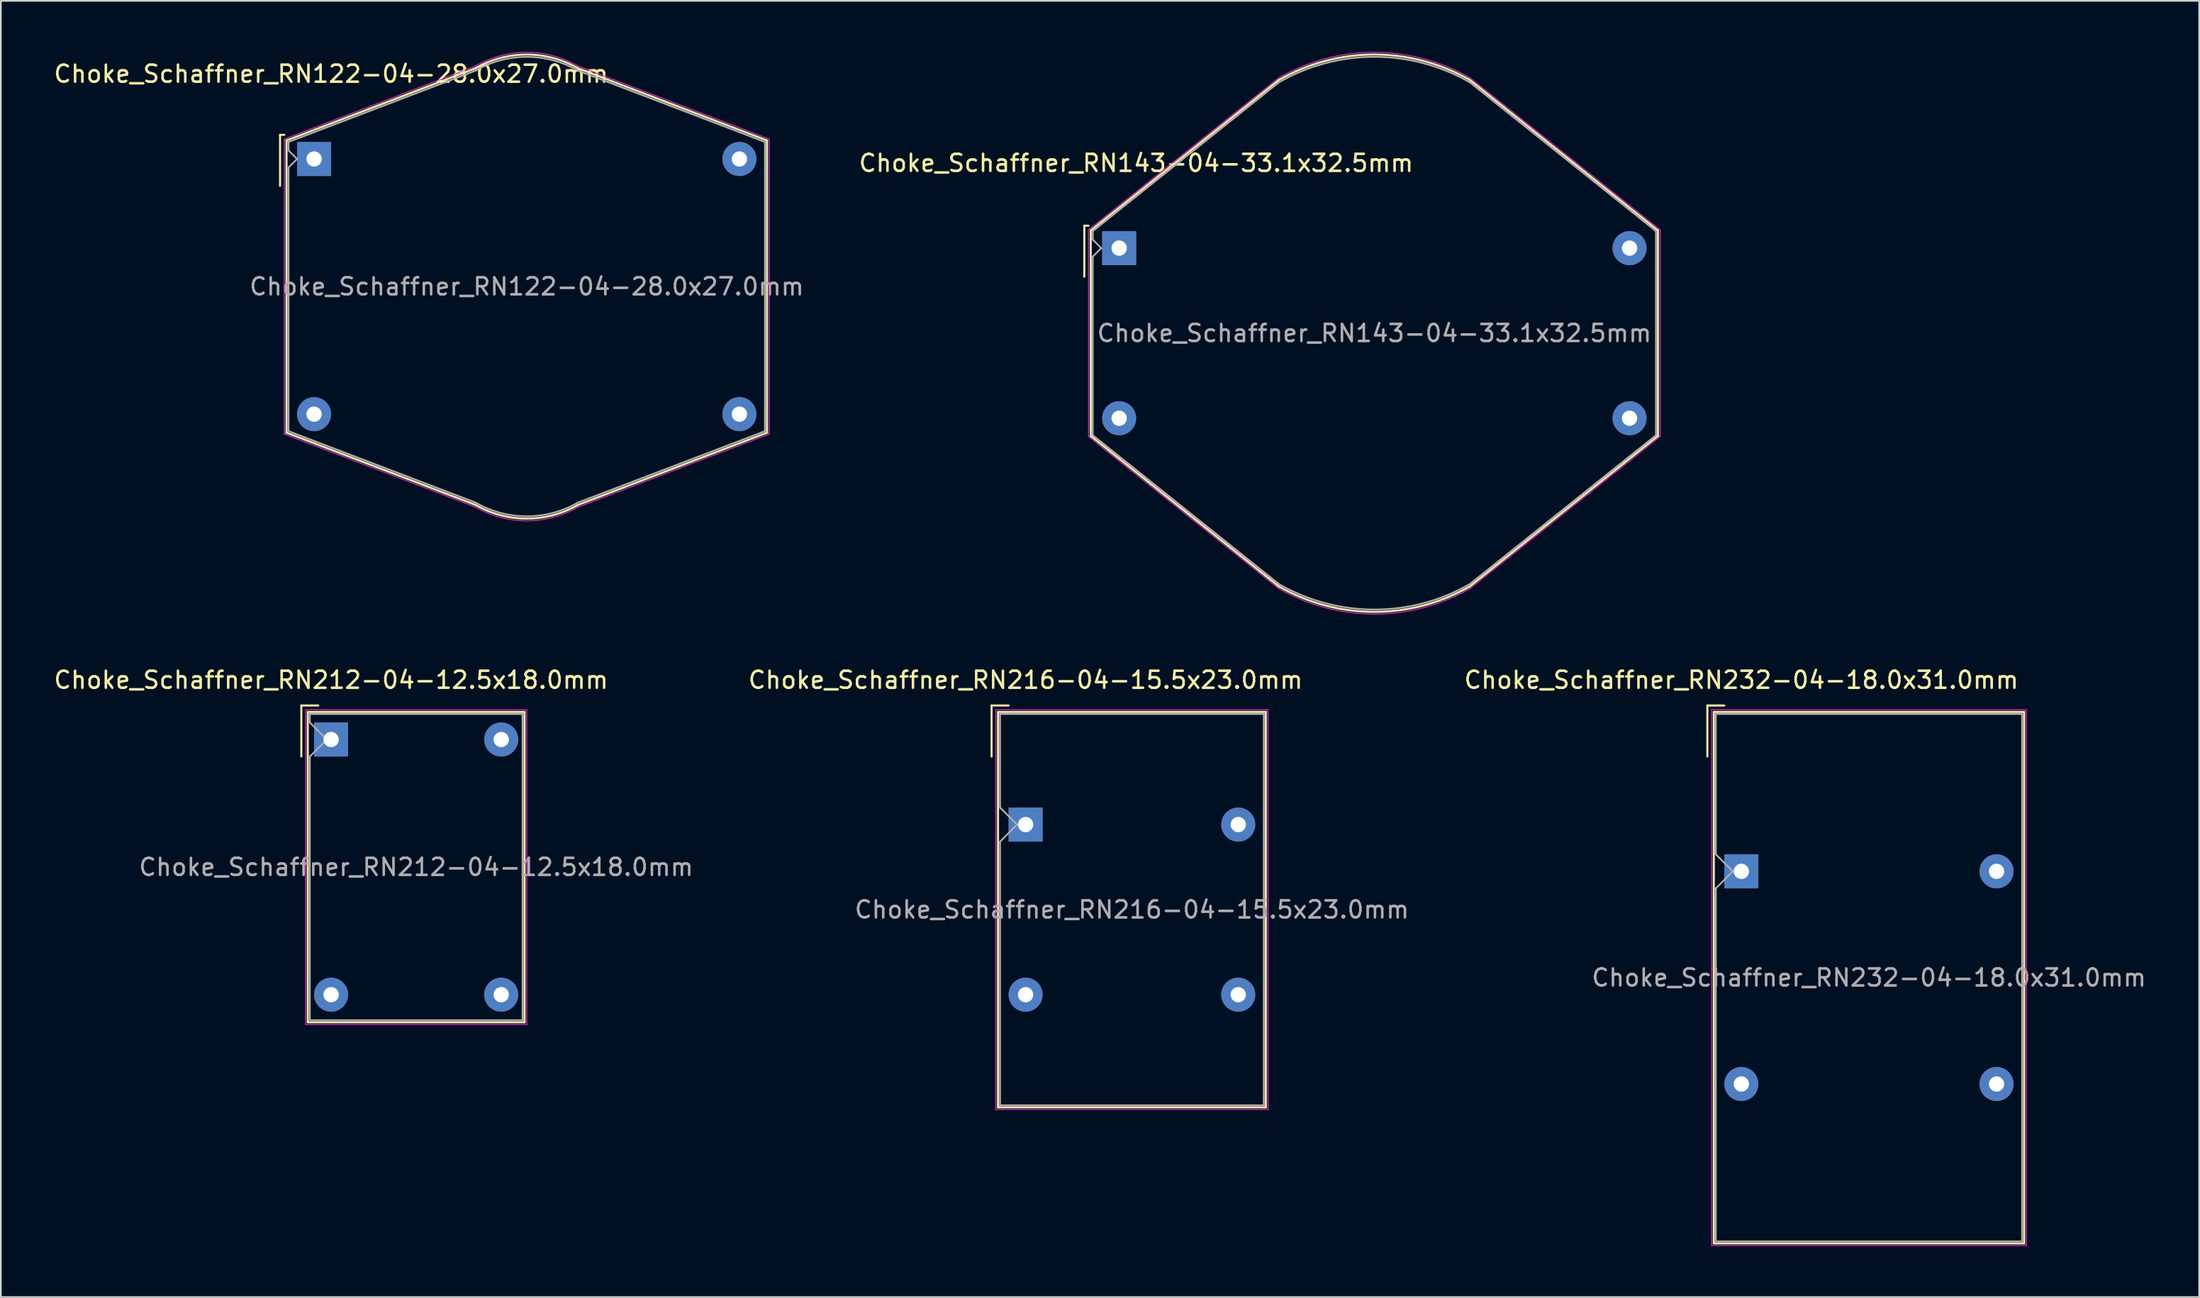
<source format=kicad_pcb>
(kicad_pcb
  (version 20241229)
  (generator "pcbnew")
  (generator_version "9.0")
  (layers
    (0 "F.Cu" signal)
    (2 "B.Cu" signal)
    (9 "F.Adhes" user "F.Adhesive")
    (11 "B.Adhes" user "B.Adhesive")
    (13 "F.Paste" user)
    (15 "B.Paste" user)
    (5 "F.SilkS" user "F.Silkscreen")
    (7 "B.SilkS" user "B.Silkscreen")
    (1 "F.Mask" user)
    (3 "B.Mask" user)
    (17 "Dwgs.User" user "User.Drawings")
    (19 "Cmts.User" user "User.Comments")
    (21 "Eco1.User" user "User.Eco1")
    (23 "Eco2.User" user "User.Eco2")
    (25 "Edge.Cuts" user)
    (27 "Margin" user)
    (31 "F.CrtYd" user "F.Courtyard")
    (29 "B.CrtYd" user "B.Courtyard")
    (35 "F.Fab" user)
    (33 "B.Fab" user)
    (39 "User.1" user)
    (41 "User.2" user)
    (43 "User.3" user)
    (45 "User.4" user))
  (footprint "Choke_Schaffner_RN212-04-12.5x18.0mm"
    (layer "F.Cu")
    (at 16.411 40.423)
    (property "Reference" "Choke_Schaffner_RN212-04-12.5x18.0mm" (at 0 -3.5 0) (layer "F.SilkS") (effects (font (size 1 1) (thickness 0.15))))
    (attr through_hole)
    (fp_line (start -1.75 -2) (end -1.75 1) (stroke (width 0.12) (type solid)) (layer "F.SilkS"))
    (fp_line (start -1.75 -2) (end -0.75 -2) (stroke (width 0.12) (type solid)) (layer "F.SilkS"))
    (fp_line (start -1.37 -1.62) (end 11.37 -1.62) (stroke (width 0.12) (type solid)) (layer "F.SilkS"))
    (fp_line (start -1.37 16.62) (end -1.37 -1.62) (stroke (width 0.12) (type solid)) (layer "F.SilkS"))
    (fp_line (start 11.37 -1.62) (end 11.37 16.62) (stroke (width 0.12) (type solid)) (layer "F.SilkS"))
    (fp_line (start 11.37 16.62) (end -1.37 16.62) (stroke (width 0.12) (type solid)) (layer "F.SilkS"))
    (fp_line (start -1.5 -1.75) (end -1.5 16.75) (stroke (width 0.05) (type solid)) (layer "F.CrtYd"))
    (fp_line (start -1.5 16.75) (end 11.5 16.75) (stroke (width 0.05) (type solid)) (layer "F.CrtYd"))
    (fp_line (start 11.5 -1.75) (end -1.5 -1.75) (stroke (width 0.05) (type solid)) (layer "F.CrtYd"))
    (fp_line (start 11.5 16.75) (end 11.5 -1.75) (stroke (width 0.05) (type solid)) (layer "F.CrtYd"))
    (fp_line (start -1.25 -1.5) (end 11.25 -1.5) (stroke (width 0.1) (type solid)) (layer "F.Fab"))
    (fp_line (start -1.25 -1) (end -1.25 -1.5) (stroke (width 0.1) (type solid)) (layer "F.Fab"))
    (fp_line (start -1.25 1) (end -0.25 0) (stroke (width 0.1) (type solid)) (layer "F.Fab"))
    (fp_line (start -1.25 16.5) (end -1.25 1) (stroke (width 0.1) (type solid)) (layer "F.Fab"))
    (fp_line (start -0.25 0) (end -1.25 -1) (stroke (width 0.1) (type solid)) (layer "F.Fab"))
    (fp_line (start 11.25 -1.5) (end 11.25 16.5) (stroke (width 0.1) (type solid)) (layer "F.Fab"))
    (fp_line (start 11.25 16.5) (end -1.25 16.5) (stroke (width 0.1) (type solid)) (layer "F.Fab"))
    (fp_text user "${REFERENCE}" (at 5 7.5 0) (layer "F.Fab") (effects (font (size 1 1) (thickness 0.15))))
    (pad "1" thru_hole rect (at 0 0) (size 2 2) (drill 0.9) (layers "*.Cu" "*.Mask"))
    (pad "2" thru_hole circle (at 10 0) (size 2 2) (drill 0.9) (layers "*.Cu" "*.Mask"))
    (pad "3" thru_hole circle (at 0 15) (size 2 2) (drill 0.9) (layers "*.Cu" "*.Mask"))
    (pad "4" thru_hole circle (at 10 15) (size 2 2) (drill 0.9) (layers "*.Cu" "*.Mask")))
  (footprint "Choke_Schaffner_RN216-04-15.5x23.0mm"
    (layer "F.Cu")
    (at 57.232 45.423)
    (property "Reference" "Choke_Schaffner_RN216-04-15.5x23.0mm" (at 0 -8.5 0) (layer "F.SilkS") (effects (font (size 1 1) (thickness 0.15))))
    (attr through_hole)
    (fp_line (start -2 -7) (end -2 -4) (stroke (width 0.12) (type solid)) (layer "F.SilkS"))
    (fp_line (start -2 -7) (end -1 -7) (stroke (width 0.12) (type solid)) (layer "F.SilkS"))
    (fp_line (start -1.62 -6.62) (end 14.12 -6.62) (stroke (width 0.12) (type solid)) (layer "F.SilkS"))
    (fp_line (start -1.62 16.62) (end -1.62 -6.62) (stroke (width 0.12) (type solid)) (layer "F.SilkS"))
    (fp_line (start 14.12 -6.62) (end 14.12 16.62) (stroke (width 0.12) (type solid)) (layer "F.SilkS"))
    (fp_line (start 14.12 16.62) (end -1.62 16.62) (stroke (width 0.12) (type solid)) (layer "F.SilkS"))
    (fp_line (start -1.75 -6.75) (end -1.75 16.75) (stroke (width 0.05) (type solid)) (layer "F.CrtYd"))
    (fp_line (start -1.75 16.75) (end 14.25 16.75) (stroke (width 0.05) (type solid)) (layer "F.CrtYd"))
    (fp_line (start 14.25 -6.75) (end -1.75 -6.75) (stroke (width 0.05) (type solid)) (layer "F.CrtYd"))
    (fp_line (start 14.25 16.75) (end 14.25 -6.75) (stroke (width 0.05) (type solid)) (layer "F.CrtYd"))
    (fp_line (start -1.5 -6.5) (end 14 -6.5) (stroke (width 0.1) (type solid)) (layer "F.Fab"))
    (fp_line (start -1.5 -1) (end -1.5 -6.5) (stroke (width 0.1) (type solid)) (layer "F.Fab"))
    (fp_line (start -1.5 1) (end -0.5 0) (stroke (width 0.1) (type solid)) (layer "F.Fab"))
    (fp_line (start -1.5 16.5) (end -1.5 1) (stroke (width 0.1) (type solid)) (layer "F.Fab"))
    (fp_line (start -0.5 0) (end -1.5 -1) (stroke (width 0.1) (type solid)) (layer "F.Fab"))
    (fp_line (start 14 -6.5) (end 14 16.5) (stroke (width 0.1) (type solid)) (layer "F.Fab"))
    (fp_line (start 14 16.5) (end -1.5 16.5) (stroke (width 0.1) (type solid)) (layer "F.Fab"))
    (fp_text user "${REFERENCE}" (at 6.25 5 0) (layer "F.Fab") (effects (font (size 1 1) (thickness 0.15))))
    (pad "1" thru_hole rect (at 0 0) (size 2 2) (drill 0.9) (layers "*.Cu" "*.Mask"))
    (pad "2" thru_hole circle (at 12.5 0) (size 2 2) (drill 0.9) (layers "*.Cu" "*.Mask"))
    (pad "3" thru_hole circle (at 0 10) (size 2 2) (drill 0.9) (layers "*.Cu" "*.Mask"))
    (pad "4" thru_hole circle (at 12.5 10) (size 2 2) (drill 0.9) (layers "*.Cu" "*.Mask")))
  (footprint "Choke_Schaffner_RN143-04-33.1x32.5mm"
    (layer "F.Cu")
    (at 62.732 11.537)
    (property "Reference" "Choke_Schaffner_RN143-04-33.1x32.5mm" (at 1 -5 0) (layer "F.SilkS") (effects (font (size 1 1) (thickness 0.15))))
    (attr through_hole)
    (fp_line (start -2.05 -1.32) (end -2.05 1.68) (stroke (width 0.12) (type solid)) (layer "F.SilkS"))
    (fp_line (start -2.05 -1.32) (end -1.8 -1.32) (stroke (width 0.12) (type solid)) (layer "F.SilkS"))
    (fp_line (start -1.67 -1.04) (end 9.38 -9.88) (stroke (width 0.12) (type solid)) (layer "F.SilkS"))
    (fp_line (start -1.67 11.04) (end -1.67 -1.04) (stroke (width 0.12) (type solid)) (layer "F.SilkS"))
    (fp_line (start 9.38 19.88) (end -1.67 11.04) (stroke (width 0.12) (type solid)) (layer "F.SilkS"))
    (fp_line (start 20.62 -9.88) (end 31.67 -1.04) (stroke (width 0.12) (type solid)) (layer "F.SilkS"))
    (fp_line (start 31.67 -1.04) (end 31.67 11.04) (stroke (width 0.12) (type solid)) (layer "F.SilkS"))
    (fp_line (start 31.67 11.04) (end 20.62 19.88) (stroke (width 0.12) (type solid)) (layer "F.SilkS"))
    (fp_arc (start 9.38 -9.88) (mid 15.012937 -11.382408) (end 20.642408 -9.867063) (stroke (width 0.12) (type solid)) (layer "F.SilkS"))
    (fp_arc (start 20.62 19.88) (mid 14.987063 21.382408) (end 9.357592 19.867063) (stroke (width 0.12) (type solid)) (layer "F.SilkS"))
    (fp_line (start -1.8 -1.07) (end 9.38 -10.01) (stroke (width 0.05) (type solid)) (layer "F.CrtYd"))
    (fp_line (start -1.8 11.07) (end -1.8 -1.07) (stroke (width 0.05) (type solid)) (layer "F.CrtYd"))
    (fp_line (start 9.38 20.01) (end -1.8 11.07) (stroke (width 0.05) (type solid)) (layer "F.CrtYd"))
    (fp_line (start 20.62 -10.01) (end 31.8 -1.07) (stroke (width 0.05) (type solid)) (layer "F.CrtYd"))
    (fp_line (start 31.8 -1.07) (end 31.8 11.07) (stroke (width 0.05) (type solid)) (layer "F.CrtYd"))
    (fp_line (start 31.8 11.07) (end 20.62 20.01) (stroke (width 0.05) (type solid)) (layer "F.CrtYd"))
    (fp_arc (start 9.38 -10.01) (mid 15.012937 -11.512408) (end 20.642408 -9.997063) (stroke (width 0.05) (type solid)) (layer "F.CrtYd"))
    (fp_arc (start 20.62 20.01) (mid 14.987063 21.512408) (end 9.357592 19.997063) (stroke (width 0.05) (type solid)) (layer "F.CrtYd"))
    (fp_line (start -1.55 -1) (end 9.38 -9.74) (stroke (width 0.1) (type solid)) (layer "F.Fab"))
    (fp_line (start -1.55 -0.5) (end -1.55 -1) (stroke (width 0.1) (type solid)) (layer "F.Fab"))
    (fp_line (start -1.55 0.5) (end -1.05 0) (stroke (width 0.1) (type solid)) (layer "F.Fab"))
    (fp_line (start -1.55 11) (end -1.55 0.5) (stroke (width 0.1) (type solid)) (layer "F.Fab"))
    (fp_line (start -1.05 0) (end -1.55 -0.5) (stroke (width 0.1) (type solid)) (layer "F.Fab"))
    (fp_line (start 9.38 19.74) (end -1.55 11) (stroke (width 0.1) (type solid)) (layer "F.Fab"))
    (fp_line (start 20.62 -9.74) (end 31.55 -1) (stroke (width 0.1) (type solid)) (layer "F.Fab"))
    (fp_line (start 31.55 -1) (end 31.55 11) (stroke (width 0.1) (type solid)) (layer "F.Fab"))
    (fp_line (start 31.55 11) (end 20.62 19.74) (stroke (width 0.1) (type solid)) (layer "F.Fab"))
    (fp_arc (start 9.38 -9.74) (mid 15.002937 -11.245087) (end 20.625087 -9.737063) (stroke (width 0.1) (type solid)) (layer "F.Fab"))
    (fp_arc (start 20.62 19.74) (mid 14.997063 21.245087) (end 9.374913 19.737063) (stroke (width 0.1) (type solid)) (layer "F.Fab"))
    (fp_text user "${REFERENCE}" (at 15 5 0) (layer "F.Fab") (effects (font (size 1 1) (thickness 0.15))))
    (pad "1" thru_hole rect (at 0 0) (size 2 2) (drill 0.9) (layers "*.Cu" "*.Mask"))
    (pad "2" thru_hole circle (at 30 0) (size 2 2) (drill 0.9) (layers "*.Cu" "*.Mask"))
    (pad "3" thru_hole circle (at 0 10) (size 2 2) (drill 0.9) (layers "*.Cu" "*.Mask"))
    (pad "4" thru_hole circle (at 30 10) (size 2 2) (drill 0.9) (layers "*.Cu" "*.Mask")))
  (footprint "Choke_Schaffner_RN122-04-28.0x27.0mm"
    (layer "F.Cu")
    (at 15.411 6.296)
    (property "Reference" "Choke_Schaffner_RN122-04-28.0x27.0mm" (at 1 -5 0) (layer "F.SilkS") (effects (font (size 1 1) (thickness 0.15))))
    (attr through_hole)
    (fp_line (start -2 -1.42) (end -2 1.58) (stroke (width 0.12) (type solid)) (layer "F.SilkS"))
    (fp_line (start -2 -1.42) (end -1.75 -1.42) (stroke (width 0.12) (type solid)) (layer "F.SilkS"))
    (fp_line (start -1.62 -1.09) (end 9.5 -5.34) (stroke (width 0.12) (type solid)) (layer "F.SilkS"))
    (fp_line (start -1.62 16.09) (end -1.62 -1.09) (stroke (width 0.12) (type solid)) (layer "F.SilkS"))
    (fp_line (start 9.5 20.34) (end -1.62 16.09) (stroke (width 0.12) (type solid)) (layer "F.SilkS"))
    (fp_line (start 15.5 -5.34) (end 26.62 -1.09) (stroke (width 0.12) (type solid)) (layer "F.SilkS"))
    (fp_line (start 26.62 -1.09) (end 26.62 16.09) (stroke (width 0.12) (type solid)) (layer "F.SilkS"))
    (fp_line (start 26.62 16.09) (end 15.5 20.34) (stroke (width 0.12) (type solid)) (layer "F.SilkS"))
    (fp_arc (start 9.5 -5.34) (mid 12.511924 -6.140653) (end 15.520653 -5.328076) (stroke (width 0.12) (type solid)) (layer "F.SilkS"))
    (fp_arc (start 15.5 20.34) (mid 12.488076 21.140653) (end 9.479347 20.328076) (stroke (width 0.12) (type solid)) (layer "F.SilkS"))
    (fp_line (start -1.75 -1.17) (end 9.5 -5.47) (stroke (width 0.05) (type solid)) (layer "F.CrtYd"))
    (fp_line (start -1.75 16.17) (end -1.75 -1.17) (stroke (width 0.05) (type solid)) (layer "F.CrtYd"))
    (fp_line (start 9.5 20.47) (end -1.75 16.17) (stroke (width 0.05) (type solid)) (layer "F.CrtYd"))
    (fp_line (start 15.5 -5.47) (end 26.75 -1.17) (stroke (width 0.05) (type solid)) (layer "F.CrtYd"))
    (fp_line (start 26.75 -1.17) (end 26.75 16.17) (stroke (width 0.05) (type solid)) (layer "F.CrtYd"))
    (fp_line (start 26.75 16.17) (end 15.5 20.47) (stroke (width 0.05) (type solid)) (layer "F.CrtYd"))
    (fp_arc (start 9.5 -5.47) (mid 12.511924 -6.270653) (end 15.520653 -5.458076) (stroke (width 0.05) (type solid)) (layer "F.CrtYd"))
    (fp_arc (start 15.5 20.47) (mid 12.488076 21.270653) (end 9.479347 20.458076) (stroke (width 0.05) (type solid)) (layer "F.CrtYd"))
    (fp_line (start -1.5 -1) (end 9.5 -5.2) (stroke (width 0.1) (type solid)) (layer "F.Fab"))
    (fp_line (start -1.5 -0.5) (end -1.5 -1) (stroke (width 0.1) (type solid)) (layer "F.Fab"))
    (fp_line (start -1.5 0.5) (end -1 0) (stroke (width 0.1) (type solid)) (layer "F.Fab"))
    (fp_line (start -1.5 16) (end -1.5 0.5) (stroke (width 0.1) (type solid)) (layer "F.Fab"))
    (fp_line (start -1 0) (end -1.5 -0.5) (stroke (width 0.1) (type solid)) (layer "F.Fab"))
    (fp_line (start 9.5 20.2) (end -1.5 16) (stroke (width 0.1) (type solid)) (layer "F.Fab"))
    (fp_line (start 15.5 -5.2) (end 26.5 -1) (stroke (width 0.1) (type solid)) (layer "F.Fab"))
    (fp_line (start 26.5 -1) (end 26.5 16) (stroke (width 0.1) (type solid)) (layer "F.Fab"))
    (fp_line (start 26.5 16) (end 15.5 20.2) (stroke (width 0.1) (type solid)) (layer "F.Fab"))
    (fp_arc (start 9.5 -5.2) (mid 12.501924 -6.003332) (end 15.503332 -5.198076) (stroke (width 0.1) (type solid)) (layer "F.Fab"))
    (fp_arc (start 15.5 20.2) (mid 12.498076 21.003332) (end 9.496668 20.198076) (stroke (width 0.1) (type solid)) (layer "F.Fab"))
    (fp_text user "${REFERENCE}" (at 12.5 7.5 0) (layer "F.Fab") (effects (font (size 1 1) (thickness 0.15))))
    (pad "1" thru_hole rect (at 0 0) (size 2 2) (drill 0.9) (layers "*.Cu" "*.Mask"))
    (pad "2" thru_hole circle (at 25 0) (size 2 2) (drill 0.9) (layers "*.Cu" "*.Mask"))
    (pad "3" thru_hole circle (at 0 15) (size 2 2) (drill 0.9) (layers "*.Cu" "*.Mask"))
    (pad "4" thru_hole circle (at 25 15) (size 2 2) (drill 0.9) (layers "*.Cu" "*.Mask")))
  (footprint "Choke_Schaffner_RN232-04-18.0x31.0mm"
    (layer "F.Cu")
    (at 99.304 48.173)
    (property "Reference" "Choke_Schaffner_RN232-04-18.0x31.0mm" (at 0 -11.25 0) (layer "F.SilkS") (effects (font (size 1 1) (thickness 0.15))))
    (attr through_hole)
    (fp_line (start -2 -9.75) (end -2 -6.75) (stroke (width 0.12) (type solid)) (layer "F.SilkS"))
    (fp_line (start -2 -9.75) (end -1 -9.75) (stroke (width 0.12) (type solid)) (layer "F.SilkS"))
    (fp_line (start -1.62 -9.37) (end 16.62 -9.37) (stroke (width 0.12) (type solid)) (layer "F.SilkS"))
    (fp_line (start -1.62 21.87) (end -1.62 -9.37) (stroke (width 0.12) (type solid)) (layer "F.SilkS"))
    (fp_line (start 16.62 -9.37) (end 16.62 21.87) (stroke (width 0.12) (type solid)) (layer "F.SilkS"))
    (fp_line (start 16.62 21.87) (end -1.62 21.87) (stroke (width 0.12) (type solid)) (layer "F.SilkS"))
    (fp_line (start -1.75 -9.5) (end -1.75 22) (stroke (width 0.05) (type solid)) (layer "F.CrtYd"))
    (fp_line (start -1.75 22) (end 16.75 22) (stroke (width 0.05) (type solid)) (layer "F.CrtYd"))
    (fp_line (start 16.75 -9.5) (end -1.75 -9.5) (stroke (width 0.05) (type solid)) (layer "F.CrtYd"))
    (fp_line (start 16.75 22) (end 16.75 -9.5) (stroke (width 0.05) (type solid)) (layer "F.CrtYd"))
    (fp_line (start -1.5 -9.25) (end 16.5 -9.25) (stroke (width 0.1) (type solid)) (layer "F.Fab"))
    (fp_line (start -1.5 -1) (end -1.5 -9.25) (stroke (width 0.1) (type solid)) (layer "F.Fab"))
    (fp_line (start -1.5 1) (end -0.5 0) (stroke (width 0.1) (type solid)) (layer "F.Fab"))
    (fp_line (start -1.5 21.75) (end -1.5 1) (stroke (width 0.1) (type solid)) (layer "F.Fab"))
    (fp_line (start -0.5 0) (end -1.5 -1) (stroke (width 0.1) (type solid)) (layer "F.Fab"))
    (fp_line (start 16.5 -9.25) (end 16.5 21.75) (stroke (width 0.1) (type solid)) (layer "F.Fab"))
    (fp_line (start 16.5 21.75) (end -1.5 21.75) (stroke (width 0.1) (type solid)) (layer "F.Fab"))
    (fp_text user "${REFERENCE}" (at 7.5 6.25 0) (layer "F.Fab") (effects (font (size 1 1) (thickness 0.15))))
    (pad "1" thru_hole rect (at 0 0) (size 2 2) (drill 0.9) (layers "*.Cu" "*.Mask"))
    (pad "2" thru_hole circle (at 15 0) (size 2 2) (drill 0.9) (layers "*.Cu" "*.Mask"))
    (pad "3" thru_hole circle (at 0 12.5) (size 2 2) (drill 0.9) (layers "*.Cu" "*.Mask"))
    (pad "4" thru_hole circle (at 15 12.5) (size 2 2) (drill 0.9) (layers "*.Cu" "*.Mask")))
  (gr_rect
    (start -3 -3)
    (end 126.214 73.198)
    (stroke (width 0.1) (type default))
    (fill no)
    (layer "Edge.Cuts")))
</source>
